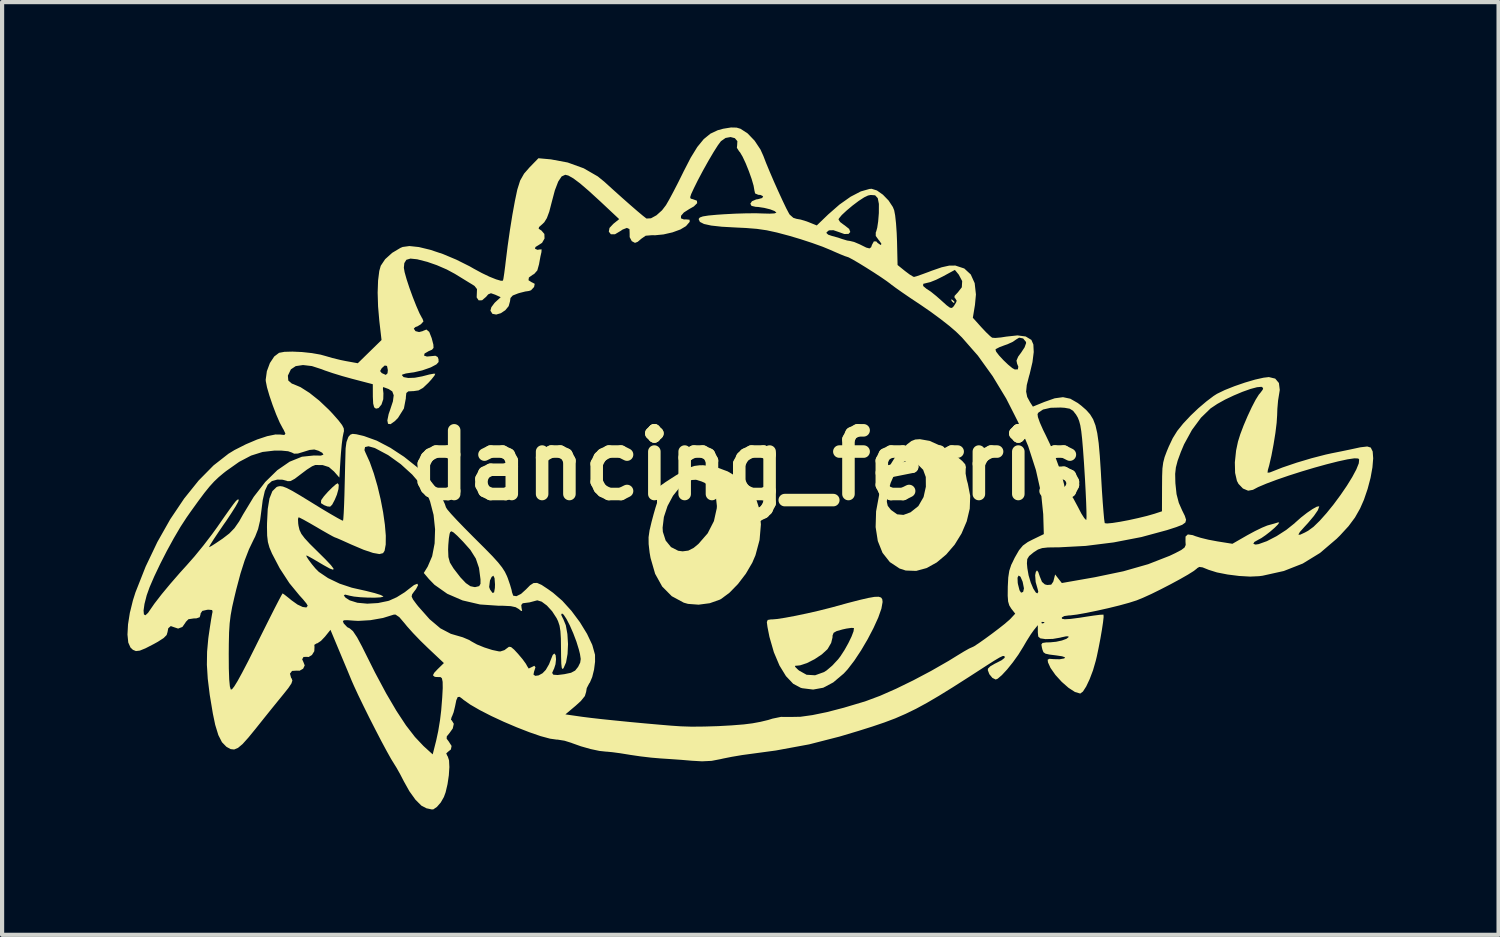
<source format=kicad_pcb>
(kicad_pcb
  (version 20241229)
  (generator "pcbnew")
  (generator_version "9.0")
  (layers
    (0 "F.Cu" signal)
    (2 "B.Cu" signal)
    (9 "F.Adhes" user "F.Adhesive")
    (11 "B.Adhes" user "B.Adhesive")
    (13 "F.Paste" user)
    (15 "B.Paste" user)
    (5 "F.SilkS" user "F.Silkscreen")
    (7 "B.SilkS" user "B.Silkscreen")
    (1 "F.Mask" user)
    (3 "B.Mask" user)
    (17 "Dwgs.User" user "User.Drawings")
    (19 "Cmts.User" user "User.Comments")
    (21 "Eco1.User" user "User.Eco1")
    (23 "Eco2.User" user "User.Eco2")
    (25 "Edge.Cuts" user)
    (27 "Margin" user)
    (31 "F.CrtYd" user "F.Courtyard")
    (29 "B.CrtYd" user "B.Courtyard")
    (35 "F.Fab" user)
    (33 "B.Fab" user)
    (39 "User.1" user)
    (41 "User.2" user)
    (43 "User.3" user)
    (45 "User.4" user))
  (footprint "dancing_ferris"
    (layer "F.Cu")
    (at 14.856 8.081)
    (property "Reference" "dancing_ferris" (at 0 0 0) (layer "F.SilkS") (effects (font (size 1.524 1.524) (thickness 0.3))))
    (attr board_only exclude_from_pos_files exclude_from_bom)
    (fp_poly (pts (xy 4.881 -3.958) (xy 4.932 -3.91) (xy 4.922 -3.882) (xy 4.915 -3.882) (xy 4.875 -3.916) (xy 4.86 -3.937) (xy 4.854 -3.97)) (stroke (width 0) (type solid)) (fill yes) (layer "F.SilkS"))
    (fp_poly (pts (xy -9.8 0.471) (xy -9.808 0.571) (xy -9.845 0.705) (xy -9.896 0.827) (xy -9.958 0.944) (xy -10.007 0.992) (xy -10.073 0.986) (xy -10.15 0.956) (xy -10.226 0.908) (xy -10.222 0.841) (xy -10.213 0.824) (xy -10.155 0.743) (xy -10.062 0.638) (xy -9.959 0.535) (xy -9.871 0.458) (xy -9.825 0.431)) (stroke (width 0) (type solid)) (fill yes) (layer "F.SilkS"))
    (fp_poly (pts (xy 4.337 -0.582) (xy 4.611 -0.459) (xy 4.921 -0.258) (xy 4.981 -0.213) (xy 5.117 -0.102) (xy 5.188 -0.022) (xy 5.206 0.047) (xy 5.2 0.089) (xy 5.198 0.199) (xy 5.226 0.353) (xy 5.251 0.441) (xy 5.308 0.735) (xy 5.297 1.039) (xy 5.225 1.342) (xy 5.101 1.633) (xy 4.935 1.902) (xy 4.734 2.136) (xy 4.508 2.326) (xy 4.265 2.461) (xy 4.015 2.529) (xy 3.765 2.52) (xy 3.618 2.472) (xy 3.385 2.318) (xy 3.21 2.096) (xy 3.097 1.814) (xy 3.045 1.481) (xy 3.056 1.104) (xy 3.098 0.877) (xy 3.313 0.877) (xy 3.335 0.972) (xy 3.404 1.06) (xy 3.418 1.074) (xy 3.56 1.175) (xy 3.711 1.189) (xy 3.88 1.127) (xy 4.067 0.978) (xy 4.192 0.762) (xy 4.247 0.515) (xy 4.245 0.282) (xy 4.182 0.11) (xy 4.05 -0.023) (xy 3.989 -0.062) (xy 3.88 -0.119) (xy 3.807 -0.125) (xy 3.724 -0.083) (xy 3.709 -0.073) (xy 3.603 0.036) (xy 3.497 0.212) (xy 3.404 0.424) (xy 3.34 0.646) (xy 3.325 0.731) (xy 3.313 0.877) (xy 3.098 0.877) (xy 3.132 0.693) (xy 3.267 0.273) (xy 3.382 0.014) (xy 3.511 -0.192) (xy 3.663 -0.367) (xy 3.8 -0.502) (xy 3.901 -0.579) (xy 3.993 -0.615) (xy 4.103 -0.623) (xy 4.104 -0.623)) (stroke (width 0) (type solid)) (fill yes) (layer "F.SilkS"))
    (fp_poly (pts (xy -0.79 0.039) (xy -0.495 0.148) (xy -0.221 0.311) (xy 0.006 0.513) (xy 0.164 0.741) (xy 0.166 0.746) (xy 0.267 1.06) (xy 0.3 1.416) (xy 0.268 1.789) (xy 0.17 2.154) (xy 0.094 2.332) (xy -0.059 2.594) (xy -0.249 2.843) (xy -0.454 3.053) (xy -0.654 3.201) (xy -0.684 3.217) (xy -0.924 3.302) (xy -1.191 3.337) (xy -1.444 3.318) (xy -1.546 3.289) (xy -1.833 3.134) (xy -2.062 2.903) (xy -2.231 2.598) (xy -2.341 2.217) (xy -2.363 2.09) (xy -2.386 1.888) (xy -2.388 1.725) (xy -2.364 1.556) (xy -2.349 1.495) (xy -2.052 1.495) (xy -2.046 1.594) (xy -1.979 1.802) (xy -1.851 1.959) (xy -1.679 2.047) (xy -1.573 2.061) (xy -1.436 2.043) (xy -1.309 1.978) (xy -1.195 1.884) (xy -0.974 1.63) (xy -0.824 1.337) (xy -0.756 1.03) (xy -0.753 0.977) (xy -0.78 0.732) (xy -0.876 0.549) (xy -1.048 0.42) (xy -1.122 0.388) (xy -1.253 0.348) (xy -1.355 0.354) (xy -1.463 0.398) (xy -1.642 0.53) (xy -1.803 0.731) (xy -1.934 0.976) (xy -2.021 1.239) (xy -2.052 1.495) (xy -2.349 1.495) (xy -2.317 1.359) (xy -2.267 1.172) (xy -2.222 1.015) (xy -2.19 0.916) (xy -2.186 0.905) (xy -2.186 0.834) (xy -2.25 0.802) (xy -2.325 0.768) (xy -2.341 0.716) (xy -2.292 0.642) (xy -2.173 0.539) (xy -1.979 0.402) (xy -1.74 0.248) (xy -1.547 0.13) (xy -1.406 0.056) (xy -1.289 0.017) (xy -1.17 0.002) (xy -1.082 0)) (stroke (width 0) (type solid)) (fill yes) (layer "F.SilkS"))
    (fp_poly (pts (xy 3.175 3.166) (xy 3.203 3.205) (xy 3.211 3.263) (xy 3.211 3.276) (xy 3.183 3.432) (xy 3.108 3.645) (xy 2.994 3.896) (xy 2.854 4.164) (xy 2.697 4.431) (xy 2.534 4.677) (xy 2.375 4.884) (xy 2.283 4.984) (xy 2.031 5.197) (xy 1.792 5.324) (xy 1.55 5.368) (xy 1.29 5.336) (xy 1.253 5.326) (xy 1.072 5.229) (xy 0.9 5.047) (xy 0.763 4.823) (xy 1.117 4.823) (xy 1.18 4.885) (xy 1.213 4.914) (xy 1.393 5.014) (xy 1.597 5.026) (xy 1.809 4.95) (xy 1.872 4.91) (xy 2.006 4.796) (xy 2.145 4.647) (xy 2.2 4.576) (xy 2.299 4.424) (xy 2.392 4.258) (xy 2.468 4.101) (xy 2.516 3.975) (xy 2.526 3.902) (xy 2.523 3.896) (xy 2.466 3.892) (xy 2.347 3.909) (xy 2.255 3.929) (xy 2.112 3.969) (xy 2.04 4.01) (xy 2.015 4.073) (xy 2.013 4.123) (xy 1.981 4.252) (xy 1.901 4.39) (xy 1.887 4.408) (xy 1.757 4.527) (xy 1.584 4.642) (xy 1.4 4.735) (xy 1.239 4.788) (xy 1.188 4.794) (xy 1.12 4.799) (xy 1.117 4.823) (xy 0.763 4.823) (xy 0.744 4.792) (xy 0.61 4.475) (xy 0.504 4.107) (xy 0.457 3.87) (xy 0.442 3.753) (xy 0.463 3.702) (xy 0.537 3.69) (xy 0.568 3.69) (xy 0.693 3.679) (xy 0.889 3.648) (xy 1.134 3.602) (xy 1.406 3.545) (xy 1.682 3.482) (xy 1.94 3.417) (xy 2.013 3.398) (xy 2.376 3.298) (xy 2.658 3.225) (xy 2.869 3.176) (xy 3.018 3.15) (xy 3.117 3.147)) (stroke (width 0) (type solid)) (fill yes) (layer "F.SilkS"))
    (fp_poly (pts (xy -0.282 -8.078) (xy -0.188 -8.05) (xy -0.019 -7.94) (xy 0.149 -7.765) (xy 0.29 -7.553) (xy 0.359 -7.4) (xy 0.424 -7.231) (xy 0.512 -7.019) (xy 0.613 -6.784) (xy 0.719 -6.547) (xy 0.82 -6.328) (xy 0.906 -6.148) (xy 0.97 -6.027) (xy 0.988 -5.997) (xy 1.076 -5.919) (xy 1.152 -5.895) (xy 1.253 -5.877) (xy 1.394 -5.834) (xy 1.441 -5.816) (xy 1.637 -5.737) (xy 1.909 -5.999) (xy 2.181 -6.237) (xy 2.446 -6.424) (xy 2.69 -6.551) (xy 2.898 -6.61) (xy 2.949 -6.614) (xy 3.076 -6.574) (xy 3.219 -6.473) (xy 3.355 -6.333) (xy 3.457 -6.178) (xy 3.489 -6.099) (xy 3.512 -5.977) (xy 3.533 -5.787) (xy 3.549 -5.556) (xy 3.557 -5.353) (xy 3.57 -4.79) (xy 3.747 -4.647) (xy 3.859 -4.563) (xy 3.943 -4.512) (xy 3.964 -4.505) (xy 4.024 -4.521) (xy 4.15 -4.565) (xy 4.319 -4.627) (xy 4.386 -4.653) (xy 4.626 -4.736) (xy 4.806 -4.776) (xy 4.951 -4.777) (xy 4.953 -4.777) (xy 5.166 -4.707) (xy 5.321 -4.564) (xy 5.415 -4.356) (xy 5.445 -4.086) (xy 5.422 -3.837) (xy 5.371 -3.528) (xy 5.573 -3.303) (xy 5.688 -3.181) (xy 5.784 -3.089) (xy 5.832 -3.051) (xy 5.908 -3.045) (xy 6.044 -3.057) (xy 6.172 -3.077) (xy 6.439 -3.106) (xy 6.636 -3.08) (xy 6.772 -2.998) (xy 6.819 -2.889) (xy 6.828 -2.708) (xy 6.798 -2.468) (xy 6.731 -2.183) (xy 6.716 -2.133) (xy 6.661 -1.918) (xy 6.646 -1.761) (xy 6.672 -1.633) (xy 6.742 -1.504) (xy 6.742 -1.504) (xy 6.808 -1.402) (xy 7.082 -1.514) (xy 7.33 -1.601) (xy 7.528 -1.628) (xy 7.703 -1.591) (xy 7.882 -1.488) (xy 7.966 -1.424) (xy 8.083 -1.322) (xy 8.176 -1.218) (xy 8.249 -1.099) (xy 8.305 -0.953) (xy 8.348 -0.767) (xy 8.382 -0.527) (xy 8.409 -0.222) (xy 8.434 0.162) (xy 8.442 0.309) (xy 8.46 0.615) (xy 8.479 0.89) (xy 8.497 1.117) (xy 8.512 1.284) (xy 8.525 1.375) (xy 8.529 1.387) (xy 8.583 1.394) (xy 8.711 1.382) (xy 8.89 1.354) (xy 9.101 1.314) (xy 9.324 1.265) (xy 9.538 1.213) (xy 9.723 1.16) (xy 9.752 1.15) (xy 9.896 1.103) (xy 9.898 0.515) (xy 9.9 0.262) (xy 9.907 0.078) (xy 9.926 -0.064) (xy 9.959 -0.193) (xy 10.012 -0.334) (xy 10.058 -0.444) (xy 10.154 -0.647) (xy 10.262 -0.821) (xy 10.402 -0.995) (xy 10.584 -1.189) (xy 10.767 -1.363) (xy 10.959 -1.526) (xy 11.132 -1.657) (xy 11.214 -1.709) (xy 11.4 -1.799) (xy 11.631 -1.891) (xy 11.881 -1.977) (xy 12.122 -2.048) (xy 12.327 -2.094) (xy 12.454 -2.109) (xy 12.606 -2.072) (xy 12.694 -1.967) (xy 12.715 -1.801) (xy 12.699 -1.701) (xy 12.674 -1.547) (xy 12.657 -1.347) (xy 12.652 -1.198) (xy 12.64 -1.014) (xy 12.61 -0.77) (xy 12.566 -0.497) (xy 12.515 -0.227) (xy 12.461 0.007) (xy 12.43 0.115) (xy 12.422 0.179) (xy 12.475 0.174) (xy 12.491 0.168) (xy 12.778 0.055) (xy 13.12 -0.061) (xy 13.479 -0.168) (xy 13.816 -0.255) (xy 13.953 -0.285) (xy 14.183 -0.331) (xy 14.399 -0.376) (xy 14.571 -0.413) (xy 14.64 -0.428) (xy 14.808 -0.448) (xy 14.892 -0.422) (xy 14.938 -0.328) (xy 14.95 -0.164) (xy 14.932 0.052) (xy 14.887 0.302) (xy 14.817 0.567) (xy 14.728 0.828) (xy 14.636 1.037) (xy 14.514 1.252) (xy 14.361 1.458) (xy 14.156 1.681) (xy 14.075 1.761) (xy 13.679 2.099) (xy 13.265 2.353) (xy 12.812 2.531) (xy 12.304 2.644) (xy 12.221 2.655) (xy 12.006 2.665) (xy 11.742 2.65) (xy 11.466 2.615) (xy 11.211 2.565) (xy 11.013 2.503) (xy 11.001 2.498) (xy 10.867 2.444) (xy 10.789 2.434) (xy 10.739 2.463) (xy 10.733 2.471) (xy 10.66 2.529) (xy 10.518 2.618) (xy 10.327 2.727) (xy 10.105 2.847) (xy 9.871 2.968) (xy 9.644 3.08) (xy 9.442 3.172) (xy 9.29 3.234) (xy 9.111 3.291) (xy 8.878 3.355) (xy 8.614 3.42) (xy 8.341 3.481) (xy 8.083 3.534) (xy 7.864 3.573) (xy 7.706 3.593) (xy 7.67 3.594) (xy 7.56 3.609) (xy 7.5 3.642) (xy 7.503 3.674) (xy 7.569 3.686) (xy 7.706 3.678) (xy 7.923 3.65) (xy 8.086 3.624) (xy 8.268 3.597) (xy 8.41 3.579) (xy 8.489 3.575) (xy 8.497 3.577) (xy 8.5 3.632) (xy 8.486 3.76) (xy 8.459 3.939) (xy 8.423 4.148) (xy 8.381 4.366) (xy 8.338 4.572) (xy 8.312 4.68) (xy 8.246 4.908) (xy 8.166 5.119) (xy 8.083 5.295) (xy 8.005 5.416) (xy 7.942 5.463) (xy 7.939 5.463) (xy 7.814 5.426) (xy 7.66 5.326) (xy 7.497 5.183) (xy 7.347 5.018) (xy 7.229 4.85) (xy 7.169 4.718) (xy 7.161 4.654) (xy 7.202 4.632) (xy 7.308 4.64) (xy 7.447 4.643) (xy 7.555 4.624) (xy 7.56 4.622) (xy 7.577 4.596) (xy 7.506 4.572) (xy 7.367 4.551) (xy 7.202 4.53) (xy 7.108 4.509) (xy 7.06 4.474) (xy 7.036 4.413) (xy 7.023 4.361) (xy 7.011 4.289) (xy 7.038 4.253) (xy 7.124 4.24) (xy 7.222 4.238) (xy 7.365 4.224) (xy 7.502 4.194) (xy 7.61 4.154) (xy 7.662 4.114) (xy 7.657 4.095) (xy 7.604 4.094) (xy 7.494 4.117) (xy 7.46 4.126) (xy 7.286 4.156) (xy 7.11 4.161) (xy 7.103 4.16) (xy 6.986 4.143) (xy 6.936 4.1) (xy 6.926 4.003) (xy 6.926 3.986) (xy 6.926 3.827) (xy 6.83 3.946) (xy 6.756 4.05) (xy 6.659 4.204) (xy 6.573 4.351) (xy 6.46 4.533) (xy 6.328 4.717) (xy 6.192 4.886) (xy 6.066 5.022) (xy 5.966 5.108) (xy 5.918 5.128) (xy 5.839 5.089) (xy 5.766 5.001) (xy 5.729 4.904) (xy 5.733 4.867) (xy 5.787 4.813) (xy 5.898 4.748) (xy 5.945 4.725) (xy 6.061 4.665) (xy 6.128 4.612) (xy 6.134 4.597) (xy 6.125 4.565) (xy 6.087 4.565) (xy 6.008 4.602) (xy 5.874 4.682) (xy 5.716 4.783) (xy 5.269 5.072) (xy 4.888 5.315) (xy 4.561 5.517) (xy 4.273 5.686) (xy 4.012 5.828) (xy 3.763 5.949) (xy 3.515 6.057) (xy 3.252 6.156) (xy 2.963 6.254) (xy 2.633 6.358) (xy 2.249 6.473) (xy 2.181 6.493) (xy 1.455 6.679) (xy 0.658 6.826) (xy 0.096 6.902) (xy -0.148 6.935) (xy -0.396 6.977) (xy -0.607 7.019) (xy -0.658 7.031) (xy -0.88 7.074) (xy -1.109 7.085) (xy -1.353 7.071) (xy -1.6 7.05) (xy -1.868 7.031) (xy -2.098 7.016) (xy -2.099 7.016) (xy -2.323 6.997) (xy -2.587 6.966) (xy -2.838 6.929) (xy -2.86 6.925) (xy -3.065 6.892) (xy -3.25 6.867) (xy -3.382 6.854) (xy -3.407 6.853) (xy -3.565 6.836) (xy -3.776 6.791) (xy -4.005 6.726) (xy -4.216 6.651) (xy -4.235 6.643) (xy -4.399 6.592) (xy -4.561 6.566) (xy -4.584 6.566) (xy -4.745 6.543) (xy -4.971 6.482) (xy -5.243 6.388) (xy -5.543 6.271) (xy -5.853 6.139) (xy -6.154 5.999) (xy -6.427 5.859) (xy -6.655 5.727) (xy -6.818 5.612) (xy -6.836 5.596) (xy -6.908 5.542) (xy -6.954 5.547) (xy -6.988 5.623) (xy -7.019 5.775) (xy -7.052 5.911) (xy -7.09 6.009) (xy -7.099 6.022) (xy -7.116 6.088) (xy -7.095 6.109) (xy -7.048 6.187) (xy -7.073 6.299) (xy -7.149 6.406) (xy -7.216 6.488) (xy -7.219 6.544) (xy -7.173 6.605) (xy -7.101 6.717) (xy -7.118 6.802) (xy -7.174 6.846) (xy -7.229 6.895) (xy -7.201 6.959) (xy -7.193 6.967) (xy -7.162 7.062) (xy -7.154 7.222) (xy -7.167 7.421) (xy -7.198 7.631) (xy -7.244 7.827) (xy -7.285 7.939) (xy -7.36 8.07) (xy -7.452 8.176) (xy -7.539 8.235) (xy -7.581 8.236) (xy -7.634 8.223) (xy -7.702 8.209) (xy -7.824 8.145) (xy -7.964 8.005) (xy -8.11 7.802) (xy -8.241 7.568) (xy -8.33 7.396) (xy -8.417 7.241) (xy -8.474 7.149) (xy -8.548 7.029) (xy -8.653 6.841) (xy -8.782 6.601) (xy -8.923 6.329) (xy -9.069 6.043) (xy -9.209 5.76) (xy -9.336 5.498) (xy -9.439 5.275) (xy -9.493 5.152) (xy -9.596 4.903) (xy -9.711 4.629) (xy -9.815 4.38) (xy -9.836 4.33) (xy -9.999 3.939) (xy -10.13 4.102) (xy -10.226 4.203) (xy -10.311 4.26) (xy -10.333 4.265) (xy -10.385 4.298) (xy -10.381 4.349) (xy -10.386 4.45) (xy -10.442 4.541) (xy -10.521 4.589) (xy -10.564 4.585) (xy -10.644 4.588) (xy -10.676 4.644) (xy -10.647 4.708) (xy -10.615 4.79) (xy -10.653 4.869) (xy -10.737 4.917) (xy -10.812 4.915) (xy -10.918 4.922) (xy -10.968 4.987) (xy -10.942 5.084) (xy -10.928 5.102) (xy -10.91 5.151) (xy -10.933 5.222) (xy -11.006 5.331) (xy -11.119 5.473) (xy -11.247 5.63) (xy -11.414 5.836) (xy -11.597 6.064) (xy -11.775 6.287) (xy -11.777 6.29) (xy -11.962 6.516) (xy -12.102 6.672) (xy -12.212 6.764) (xy -12.303 6.802) (xy -12.388 6.793) (xy -12.479 6.743) (xy -12.491 6.735) (xy -12.595 6.628) (xy -12.682 6.457) (xy -12.757 6.212) (xy -12.813 5.943) (xy -12.888 5.492) (xy -12.935 5.11) (xy -12.956 4.774) (xy -12.952 4.515) (xy -12.433 4.515) (xy -12.431 4.864) (xy -12.422 5.124) (xy -12.406 5.293) (xy -12.384 5.368) (xy -12.383 5.368) (xy -12.354 5.36) (xy -12.301 5.293) (xy -12.221 5.163) (xy -12.112 4.964) (xy -11.969 4.69) (xy -11.791 4.335) (xy -11.746 4.244) (xy -11.592 3.936) (xy -11.49 3.732) (xy -9.702 3.732) (xy -9.685 3.777) (xy -9.682 3.785) (xy -9.597 3.875) (xy -9.536 3.906) (xy -9.461 3.97) (xy -9.362 4.118) (xy -9.241 4.344) (xy -9.225 4.377) (xy -8.933 4.961) (xy -8.666 5.46) (xy -8.42 5.879) (xy -8.192 6.225) (xy -7.978 6.502) (xy -7.774 6.718) (xy -7.749 6.741) (xy -7.553 6.919) (xy -7.469 6.586) (xy -7.421 6.363) (xy -7.378 6.102) (xy -7.35 5.871) (xy -7.325 5.56) (xy -7.313 5.334) (xy -7.315 5.184) (xy -7.332 5.099) (xy -7.363 5.07) (xy -7.376 5.07) (xy -7.48 5.067) (xy -7.515 5.057) (xy -7.547 5.025) (xy -7.516 4.966) (xy -7.436 4.881) (xy -7.285 4.734) (xy -7.667 4.374) (xy -7.848 4.198) (xy -8.023 4.016) (xy -8.167 3.855) (xy -8.228 3.78) (xy -8.352 3.635) (xy -8.442 3.574) (xy -8.481 3.574) (xy -8.742 3.655) (xy -9.043 3.708) (xy -9.333 3.725) (xy -9.43 3.72) (xy -9.592 3.708) (xy -9.676 3.71) (xy -9.702 3.732) (xy -11.49 3.732) (xy -11.453 3.658) (xy -11.333 3.421) (xy -11.238 3.237) (xy -11.173 3.115) (xy -11.145 3.067) (xy -11.145 3.067) (xy -11.102 3.095) (xy -11.009 3.168) (xy -10.927 3.235) (xy -10.788 3.334) (xy -10.664 3.392) (xy -10.576 3.404) (xy -10.543 3.363) (xy -10.574 3.309) (xy -10.654 3.211) (xy -10.741 3.115) (xy -10.982 2.822) (xy -11.212 2.469) (xy -11.398 2.114) (xy -11.459 1.97) (xy -11.496 1.838) (xy -11.514 1.686) (xy -11.518 1.482) (xy -11.517 1.39) (xy -11.512 1.288) (xy -10.776 1.288) (xy -10.771 1.394) (xy -10.763 1.45) (xy -10.74 1.548) (xy -10.696 1.642) (xy -10.617 1.747) (xy -10.492 1.883) (xy -10.326 2.047) (xy -10.121 2.25) (xy -9.987 2.392) (xy -9.925 2.475) (xy -9.934 2.501) (xy -10.014 2.473) (xy -10.163 2.391) (xy -10.276 2.324) (xy -10.419 2.24) (xy -10.527 2.18) (xy -10.576 2.157) (xy -10.576 2.157) (xy -10.57 2.189) (xy -10.519 2.268) (xy -10.442 2.371) (xy -10.358 2.472) (xy -10.284 2.546) (xy -10.281 2.55) (xy -10.057 2.701) (xy -9.78 2.834) (xy -9.491 2.93) (xy -9.431 2.944) (xy -9.154 3.006) (xy -8.94 3.06) (xy -8.797 3.105) (xy -8.736 3.137) (xy -8.737 3.146) (xy -8.801 3.162) (xy -8.932 3.169) (xy -9.101 3.168) (xy -9.278 3.159) (xy -9.435 3.143) (xy -9.543 3.122) (xy -9.552 3.119) (xy -9.651 3.095) (xy -9.679 3.118) (xy -9.637 3.171) (xy -9.538 3.234) (xy -9.355 3.291) (xy -9.118 3.313) (xy -8.861 3.298) (xy -8.62 3.248) (xy -8.594 3.24) (xy -8.414 3.159) (xy -8.223 3.04) (xy -8.127 2.965) (xy -7.999 2.867) (xy -7.921 2.836) (xy -7.903 2.87) (xy -7.952 2.964) (xy -7.999 3.025) (xy -8.045 3.089) (xy -8.057 3.142) (xy -8.025 3.211) (xy -7.944 3.321) (xy -7.899 3.378) (xy -7.627 3.685) (xy -7.369 3.903) (xy -7.119 4.034) (xy -7.007 4.067) (xy -6.834 4.117) (xy -6.68 4.182) (xy -6.624 4.217) (xy -6.494 4.289) (xy -6.316 4.361) (xy -6.128 4.421) (xy -5.971 4.454) (xy -5.934 4.456) (xy -5.837 4.425) (xy -5.777 4.38) (xy -5.728 4.344) (xy -5.678 4.351) (xy -5.605 4.412) (xy -5.512 4.512) (xy -5.403 4.641) (xy -5.322 4.753) (xy -5.293 4.807) (xy -5.256 4.865) (xy -5.195 4.836) (xy -5.12 4.799) (xy -5.094 4.836) (xy -5.125 4.932) (xy -5.126 4.932) (xy -5.142 5.009) (xy -5.099 5.04) (xy -5.019 5.029) (xy -4.925 4.978) (xy -4.847 4.897) (xy -4.769 4.762) (xy -4.719 4.634) (xy -4.681 4.54) (xy -4.643 4.505) (xy -4.611 4.545) (xy -4.602 4.643) (xy -4.615 4.763) (xy -4.649 4.869) (xy -4.659 4.887) (xy -4.695 4.97) (xy -4.666 5.013) (xy -4.563 5.02) (xy -4.403 5) (xy -4.243 4.966) (xy -4.145 4.914) (xy -4.076 4.828) (xy -4.069 4.816) (xy -4.024 4.724) (xy -4.011 4.636) (xy -4.029 4.517) (xy -4.056 4.409) (xy -4.114 4.221) (xy -4.189 4.023) (xy -4.271 3.835) (xy -4.351 3.68) (xy -4.419 3.577) (xy -4.46 3.546) (xy -4.479 3.579) (xy -4.434 3.672) (xy -4.431 3.675) (xy -4.368 3.829) (xy -4.33 4.04) (xy -4.315 4.279) (xy -4.326 4.515) (xy -4.362 4.718) (xy -4.422 4.857) (xy -4.448 4.877) (xy -4.465 4.845) (xy -4.476 4.749) (xy -4.481 4.577) (xy -4.483 4.398) (xy -4.486 4.147) (xy -4.497 3.969) (xy -4.518 3.838) (xy -4.554 3.731) (xy -4.588 3.66) (xy -4.695 3.495) (xy -4.82 3.358) (xy -4.945 3.265) (xy -5.049 3.233) (xy -5.075 3.239) (xy -5.235 3.282) (xy -5.399 3.303) (xy -5.434 3.345) (xy -5.427 3.415) (xy -5.413 3.488) (xy -5.44 3.485) (xy -5.493 3.441) (xy -5.569 3.397) (xy -5.686 3.372) (xy -5.866 3.363) (xy -5.968 3.363) (xy -6.421 3.332) (xy -6.838 3.235) (xy -7.205 3.076) (xy -7.51 2.861) (xy -7.644 2.723) (xy -7.766 2.578) (xy -7.673 2.427) (xy -7.566 2.178) (xy -7.535 2.018) (xy -7.184 2.018) (xy -7.177 2.197) (xy -7.141 2.329) (xy -7.06 2.461) (xy -7.052 2.473) (xy -6.889 2.684) (xy -6.759 2.821) (xy -6.651 2.895) (xy -6.553 2.916) (xy -6.529 2.915) (xy -6.525 2.914) (xy -6.202 2.914) (xy -6.181 2.974) (xy -6.122 3.056) (xy -6.084 3.044) (xy -6.065 2.938) (xy -6.062 2.852) (xy -6.073 2.703) (xy -6.101 2.643) (xy -6.143 2.673) (xy -6.183 2.759) (xy -6.202 2.914) (xy -6.525 2.914) (xy -6.441 2.893) (xy -6.409 2.837) (xy -6.409 2.732) (xy -6.445 2.458) (xy -6.521 2.234) (xy -6.651 2.027) (xy -6.824 1.832) (xy -6.964 1.689) (xy -7.053 1.609) (xy -7.105 1.581) (xy -7.133 1.599) (xy -7.148 1.64) (xy -7.166 1.749) (xy -7.18 1.911) (xy -7.184 2.018) (xy -7.535 2.018) (xy -7.507 1.871) (xy -7.496 1.533) (xy -7.532 1.189) (xy -7.616 0.865) (xy -7.666 0.739) (xy -7.82 0.484) (xy -8.044 0.223) (xy -8.317 -0.025) (xy -8.618 -0.241) (xy -8.924 -0.404) (xy -8.947 -0.414) (xy -9.089 -0.453) (xy -9.172 -0.434) (xy -9.186 -0.361) (xy -9.163 -0.305) (xy -9.059 -0.076) (xy -8.962 0.197) (xy -8.874 0.499) (xy -8.799 0.814) (xy -8.739 1.127) (xy -8.697 1.423) (xy -8.675 1.685) (xy -8.677 1.898) (xy -8.704 2.047) (xy -8.741 2.104) (xy -8.827 2.126) (xy -8.98 2.099) (xy -9.204 2.024) (xy -9.503 1.897) (xy -9.576 1.864) (xy -9.729 1.795) (xy -9.844 1.745) (xy -9.898 1.725) (xy -9.898 1.725) (xy -9.945 1.702) (xy -10.055 1.641) (xy -10.211 1.552) (xy -10.323 1.486) (xy -10.499 1.384) (xy -10.644 1.303) (xy -10.738 1.255) (xy -10.762 1.246) (xy -10.776 1.288) (xy -11.512 1.288) (xy -11.5 1.048) (xy -11.458 0.794) (xy -11.389 0.621) (xy -11.29 0.524) (xy -11.259 0.51) (xy -11.205 0.5) (xy -11.137 0.51) (xy -11.044 0.546) (xy -10.911 0.615) (xy -10.727 0.723) (xy -10.477 0.876) (xy -10.427 0.907) (xy -10.196 1.049) (xy -9.994 1.169) (xy -9.834 1.261) (xy -9.732 1.316) (xy -9.698 1.328) (xy -9.691 1.275) (xy -9.682 1.144) (xy -9.673 0.95) (xy -9.665 0.711) (xy -9.661 0.546) (xy -9.654 0.269) (xy -9.648 0.011) (xy -9.642 -0.206) (xy -9.638 -0.36) (xy -9.636 -0.407) (xy -9.616 -0.554) (xy -9.573 -0.671) (xy -9.563 -0.687) (xy -9.521 -0.732) (xy -9.469 -0.75) (xy -9.381 -0.741) (xy -9.23 -0.706) (xy -9.195 -0.697) (xy -8.892 -0.588) (xy -8.566 -0.417) (xy -8.237 -0.201) (xy -7.929 0.044) (xy -7.662 0.302) (xy -7.458 0.557) (xy -7.406 0.642) (xy -7.322 0.799) (xy -7.262 0.929) (xy -7.237 1.004) (xy -7.237 1.006) (xy -7.204 1.058) (xy -7.113 1.165) (xy -6.973 1.316) (xy -6.795 1.5) (xy -6.59 1.707) (xy -6.548 1.749) (xy -6.306 1.99) (xy -6.122 2.178) (xy -5.988 2.326) (xy -5.893 2.446) (xy -5.826 2.55) (xy -5.777 2.651) (xy -5.757 2.701) (xy -5.703 2.858) (xy -5.666 2.983) (xy -5.655 3.04) (xy -5.626 3.122) (xy -5.55 3.134) (xy -5.439 3.079) (xy -5.32 2.971) (xy -5.222 2.872) (xy -5.141 2.82) (xy -5.056 2.816) (xy -4.947 2.864) (xy -4.793 2.966) (xy -4.673 3.052) (xy -4.452 3.243) (xy -4.233 3.485) (xy -4.031 3.756) (xy -3.86 4.035) (xy -3.735 4.299) (xy -3.671 4.528) (xy -3.669 4.538) (xy -3.668 4.701) (xy -3.692 4.89) (xy -3.736 5.068) (xy -3.791 5.198) (xy -3.81 5.224) (xy -3.867 5.334) (xy -3.882 5.424) (xy -3.912 5.523) (xy -4.008 5.642) (xy -4.13 5.753) (xy -4.378 5.962) (xy -3.974 6.02) (xy -3.776 6.045) (xy -3.505 6.076) (xy -3.183 6.109) (xy -2.834 6.144) (xy -2.48 6.177) (xy -2.142 6.207) (xy -1.845 6.232) (xy -1.61 6.248) (xy -1.605 6.248) (xy -1.359 6.256) (xy -1.055 6.253) (xy -0.725 6.243) (xy -0.4 6.225) (xy -0.111 6.202) (xy 0.096 6.176) (xy 0.29 6.14) (xy 0.473 6.096) (xy 0.579 6.063) (xy 0.779 6.022) (xy 1.034 6.023) (xy 1.034 6.023) (xy 1.246 6.019) (xy 1.532 5.979) (xy 1.882 5.907) (xy 2.282 5.803) (xy 2.719 5.673) (xy 2.828 5.638) (xy 3.152 5.517) (xy 3.531 5.35) (xy 3.945 5.148) (xy 4.372 4.922) (xy 4.789 4.683) (xy 5.013 4.545) (xy 5.161 4.455) (xy 5.278 4.389) (xy 5.339 4.361) (xy 5.341 4.361) (xy 5.398 4.334) (xy 5.511 4.26) (xy 5.66 4.155) (xy 5.827 4.033) (xy 5.993 3.907) (xy 6.138 3.793) (xy 6.182 3.754) (xy 7.013 3.754) (xy 7.02 3.783) (xy 7.045 3.786) (xy 7.084 3.769) (xy 7.077 3.754) (xy 7.02 3.748) (xy 7.013 3.754) (xy 6.182 3.754) (xy 6.243 3.702) (xy 6.272 3.674) (xy 6.385 3.552) (xy 6.29 3.431) (xy 6.243 3.355) (xy 6.215 3.261) (xy 6.205 3.123) (xy 6.207 2.917) (xy 6.207 2.907) (xy 6.218 2.692) (xy 6.44 2.692) (xy 6.445 2.815) (xy 6.452 2.852) (xy 6.488 2.993) (xy 6.525 3.05) (xy 6.571 3.033) (xy 6.575 3.029) (xy 6.594 2.947) (xy 6.564 2.795) (xy 6.561 2.784) (xy 6.511 2.668) (xy 6.466 2.64) (xy 6.44 2.692) (xy 6.218 2.692) (xy 6.218 2.688) (xy 6.243 2.526) (xy 6.29 2.383) (xy 6.308 2.348) (xy 6.665 2.348) (xy 6.675 2.464) (xy 6.705 2.636) (xy 6.756 2.807) (xy 6.817 2.952) (xy 6.878 3.046) (xy 6.915 3.067) (xy 6.937 3.031) (xy 6.927 2.983) (xy 6.874 2.795) (xy 6.862 2.631) (xy 6.878 2.553) (xy 6.906 2.517) (xy 6.936 2.555) (xy 6.972 2.66) (xy 7.025 2.791) (xy 7.094 2.852) (xy 7.151 2.866) (xy 7.246 2.858) (xy 7.295 2.787) (xy 7.306 2.747) (xy 7.34 2.614) (xy 7.42 2.717) (xy 7.5 2.819) (xy 8.291 2.68) (xy 8.972 2.538) (xy 9.567 2.368) (xy 10.079 2.168) (xy 10.212 2.105) (xy 10.359 2.028) (xy 10.437 1.969) (xy 10.464 1.908) (xy 10.459 1.83) (xy 10.46 1.707) (xy 10.515 1.656) (xy 10.632 1.673) (xy 10.694 1.697) (xy 10.822 1.737) (xy 11.006 1.782) (xy 11.208 1.82) (xy 11.218 1.822) (xy 11.582 1.88) (xy 11.937 1.676) (xy 12.12 1.577) (xy 12.289 1.495) (xy 12.415 1.443) (xy 12.436 1.437) (xy 12.574 1.399) (xy 12.676 1.368) (xy 12.702 1.373) (xy 12.668 1.421) (xy 12.592 1.497) (xy 12.489 1.586) (xy 12.377 1.673) (xy 12.274 1.744) (xy 12.21 1.778) (xy 12.107 1.836) (xy 12.082 1.881) (xy 12.136 1.899) (xy 12.209 1.888) (xy 12.407 1.817) (xy 12.639 1.697) (xy 12.87 1.548) (xy 13.068 1.39) (xy 13.084 1.374) (xy 13.223 1.251) (xy 13.368 1.138) (xy 13.5 1.048) (xy 13.602 0.992) (xy 13.655 0.983) (xy 13.658 0.992) (xy 13.625 1.079) (xy 13.531 1.215) (xy 13.389 1.384) (xy 13.306 1.474) (xy 13.196 1.597) (xy 13.16 1.66) (xy 13.2 1.664) (xy 13.315 1.611) (xy 13.394 1.568) (xy 13.522 1.474) (xy 13.672 1.328) (xy 13.836 1.144) (xy 14.005 0.935) (xy 14.169 0.713) (xy 14.32 0.492) (xy 14.449 0.283) (xy 14.547 0.1) (xy 14.605 -0.044) (xy 14.614 -0.136) (xy 14.592 -0.161) (xy 14.5 -0.165) (xy 14.333 -0.14) (xy 14.108 -0.091) (xy 13.839 -0.023) (xy 13.543 0.059) (xy 13.235 0.151) (xy 12.931 0.248) (xy 12.646 0.346) (xy 12.395 0.44) (xy 12.196 0.524) (xy 12.073 0.589) (xy 11.958 0.61) (xy 11.834 0.558) (xy 11.727 0.446) (xy 11.69 0.376) (xy 11.646 0.184) (xy 11.64 -0.068) (xy 11.67 -0.353) (xy 11.715 -0.565) (xy 11.77 -0.741) (xy 11.85 -0.952) (xy 11.945 -1.175) (xy 12.044 -1.387) (xy 12.137 -1.566) (xy 12.214 -1.689) (xy 12.247 -1.727) (xy 12.307 -1.807) (xy 12.317 -1.848) (xy 12.277 -1.876) (xy 12.17 -1.866) (xy 12.013 -1.824) (xy 11.822 -1.756) (xy 11.615 -1.669) (xy 11.408 -1.571) (xy 11.219 -1.466) (xy 11.065 -1.363) (xy 11.06 -1.36) (xy 10.83 -1.137) (xy 10.613 -0.843) (xy 10.425 -0.5) (xy 10.347 -0.315) (xy 10.271 -0.107) (xy 10.229 0.053) (xy 10.212 0.207) (xy 10.216 0.393) (xy 10.218 0.438) (xy 10.245 0.693) (xy 10.299 0.9) (xy 10.377 1.077) (xy 10.443 1.211) (xy 10.473 1.305) (xy 10.456 1.371) (xy 10.381 1.426) (xy 10.236 1.482) (xy 10.016 1.553) (xy 9.404 1.719) (xy 8.741 1.847) (xy 8.07 1.931) (xy 7.429 1.965) (xy 7.368 1.965) (xy 7.166 1.968) (xy 7.03 1.983) (xy 6.93 2.017) (xy 6.837 2.076) (xy 6.816 2.092) (xy 6.718 2.173) (xy 6.673 2.246) (xy 6.665 2.348) (xy 6.308 2.348) (xy 6.37 2.219) (xy 6.378 2.204) (xy 6.476 2.034) (xy 6.569 1.922) (xy 6.686 1.838) (xy 6.803 1.778) (xy 7.069 1.649) (xy 7.055 1.172) (xy 7.003 0.663) (xy 6.88 0.116) (xy 6.696 -0.454) (xy 6.456 -1.029) (xy 6.358 -1.223) (xy 6.919 -1.223) (xy 6.928 -1.152) (xy 6.975 -1.019) (xy 7.052 -0.845) (xy 7.115 -0.718) (xy 7.225 -0.487) (xy 7.332 -0.231) (xy 7.428 0.029) (xy 7.505 0.269) (xy 7.556 0.466) (xy 7.572 0.589) (xy 7.597 0.656) (xy 7.638 0.656) (xy 7.694 0.68) (xy 7.773 0.79) (xy 7.879 0.987) (xy 7.885 0.998) (xy 7.967 1.156) (xy 8.036 1.264) (xy 8.079 1.309) (xy 8.087 1.304) (xy 8.091 1.238) (xy 8.089 1.093) (xy 8.082 0.885) (xy 8.07 0.629) (xy 8.055 0.345) (xy 8.03 -0.059) (xy 8.007 -0.379) (xy 7.986 -0.627) (xy 7.965 -0.816) (xy 7.942 -0.956) (xy 7.914 -1.06) (xy 7.882 -1.14) (xy 7.842 -1.208) (xy 7.839 -1.213) (xy 7.768 -1.303) (xy 7.689 -1.352) (xy 7.566 -1.374) (xy 7.471 -1.38) (xy 7.233 -1.374) (xy 7.05 -1.332) (xy 6.939 -1.258) (xy 6.919 -1.223) (xy 6.358 -1.223) (xy 6.17 -1.593) (xy 5.845 -2.13) (xy 5.49 -2.624) (xy 5.363 -2.768) (xy 5.912 -2.768) (xy 5.929 -2.716) (xy 6 -2.624) (xy 6.102 -2.514) (xy 6.214 -2.407) (xy 6.315 -2.324) (xy 6.374 -2.291) (xy 6.448 -2.293) (xy 6.459 -2.357) (xy 6.43 -2.429) (xy 6.415 -2.502) (xy 6.455 -2.597) (xy 6.527 -2.695) (xy 6.609 -2.82) (xy 6.645 -2.92) (xy 6.643 -2.949) (xy 6.574 -3.033) (xy 6.479 -3.052) (xy 6.408 -3.009) (xy 6.328 -2.953) (xy 6.197 -2.893) (xy 6.144 -2.875) (xy 6.014 -2.827) (xy 5.927 -2.782) (xy 5.912 -2.768) (xy 5.363 -2.768) (xy 5.111 -3.056) (xy 4.966 -3.198) (xy 4.81 -3.332) (xy 4.599 -3.497) (xy 4.36 -3.673) (xy 4.119 -3.839) (xy 4.095 -3.855) (xy 3.878 -3.999) (xy 3.681 -4.134) (xy 3.522 -4.246) (xy 3.466 -4.288) (xy 4.182 -4.288) (xy 4.261 -4.221) (xy 4.277 -4.212) (xy 4.368 -4.151) (xy 4.498 -4.046) (xy 4.619 -3.939) (xy 4.746 -3.825) (xy 4.823 -3.769) (xy 4.871 -3.763) (xy 4.91 -3.799) (xy 4.919 -3.811) (xy 4.971 -3.896) (xy 4.984 -3.936) (xy 4.95 -3.992) (xy 4.935 -4.003) (xy 4.932 -4.049) (xy 5 -4.123) (xy 5.007 -4.129) (xy 5.107 -4.257) (xy 5.116 -4.405) (xy 5.034 -4.56) (xy 4.941 -4.673) (xy 4.654 -4.517) (xy 4.493 -4.437) (xy 4.353 -4.381) (xy 4.269 -4.361) (xy 4.184 -4.34) (xy 4.182 -4.288) (xy 3.466 -4.288) (xy 3.419 -4.322) (xy 3.403 -4.336) (xy 3.313 -4.403) (xy 3.174 -4.499) (xy 3.003 -4.611) (xy 2.82 -4.727) (xy 2.646 -4.834) (xy 2.499 -4.92) (xy 2.399 -4.973) (xy 2.368 -4.984) (xy 2.309 -5.003) (xy 2.186 -5.053) (xy 2.023 -5.124) (xy 1.967 -5.149) (xy 1.776 -5.228) (xy 1.525 -5.318) (xy 1.247 -5.409) (xy 0.982 -5.488) (xy 0.73 -5.555) (xy 1.869 -5.555) (xy 1.91 -5.516) (xy 2.001 -5.485) (xy 2.145 -5.446) (xy 2.243 -5.412) (xy 2.363 -5.376) (xy 2.434 -5.365) (xy 2.529 -5.342) (xy 2.657 -5.288) (xy 2.684 -5.275) (xy 2.821 -5.207) (xy 2.898 -5.187) (xy 2.938 -5.216) (xy 2.957 -5.272) (xy 3.003 -5.356) (xy 3.062 -5.354) (xy 3.091 -5.32) (xy 3.159 -5.273) (xy 3.174 -5.272) (xy 3.182 -5.301) (xy 3.132 -5.373) (xy 3.119 -5.387) (xy 3.048 -5.486) (xy 3.048 -5.569) (xy 3.058 -5.591) (xy 3.083 -5.681) (xy 3.106 -5.835) (xy 3.121 -6.02) (xy 3.122 -6.032) (xy 3.123 -6.252) (xy 3.096 -6.39) (xy 3.033 -6.458) (xy 2.928 -6.466) (xy 2.863 -6.453) (xy 2.771 -6.409) (xy 2.64 -6.324) (xy 2.493 -6.213) (xy 2.351 -6.094) (xy 2.235 -5.986) (xy 2.167 -5.904) (xy 2.157 -5.879) (xy 2.195 -5.819) (xy 2.288 -5.749) (xy 2.301 -5.741) (xy 2.411 -5.654) (xy 2.439 -5.58) (xy 2.396 -5.534) (xy 2.295 -5.532) (xy 2.164 -5.579) (xy 2.035 -5.623) (xy 1.928 -5.62) (xy 1.872 -5.574) (xy 1.869 -5.555) (xy 0.73 -5.555) (xy 0.685 -5.567) (xy 0.439 -5.621) (xy 0.204 -5.655) (xy -0.058 -5.676) (xy -0.288 -5.687) (xy -0.633 -5.706) (xy -0.889 -5.734) (xy -1.062 -5.772) (xy -1.16 -5.822) (xy -1.188 -5.884) (xy -1.187 -5.895) (xy -1.161 -5.927) (xy -1.089 -5.953) (xy -0.957 -5.974) (xy -0.752 -5.993) (xy -0.575 -6.005) (xy -0.307 -6.019) (xy -0.038 -6.027) (xy 0.197 -6.028) (xy 0.347 -6.023) (xy 0.509 -6.019) (xy 0.625 -6.025) (xy 0.671 -6.042) (xy 0.671 -6.043) (xy 0.628 -6.081) (xy 0.522 -6.122) (xy 0.381 -6.157) (xy 0.236 -6.179) (xy 0.176 -6.182) (xy 0.075 -6.205) (xy 0.047 -6.257) (xy 0.086 -6.316) (xy 0.186 -6.359) (xy 0.229 -6.365) (xy 0.331 -6.393) (xy 0.353 -6.435) (xy 0.292 -6.466) (xy 0.237 -6.47) (xy 0.161 -6.503) (xy 0.144 -6.578) (xy 0.125 -6.688) (xy 0.078 -6.85) (xy 0.011 -7.038) (xy -0.064 -7.224) (xy -0.138 -7.382) (xy -0.2 -7.487) (xy -0.221 -7.51) (xy -0.275 -7.595) (xy -0.269 -7.648) (xy -0.263 -7.754) (xy -0.324 -7.825) (xy -0.426 -7.852) (xy -0.546 -7.83) (xy -0.657 -7.752) (xy -0.731 -7.652) (xy -0.835 -7.488) (xy -0.958 -7.279) (xy -1.087 -7.048) (xy -1.211 -6.814) (xy -1.303 -6.628) (xy -1.368 -6.488) (xy -1.393 -6.412) (xy -1.379 -6.378) (xy -1.33 -6.365) (xy -1.326 -6.364) (xy -1.231 -6.329) (xy -1.225 -6.27) (xy -1.304 -6.192) (xy -1.413 -6.13) (xy -1.543 -6.047) (xy -1.611 -5.968) (xy -1.613 -5.907) (xy -1.542 -5.88) (xy -1.496 -5.882) (xy -1.407 -5.874) (xy -1.404 -5.823) (xy -1.486 -5.728) (xy -1.498 -5.717) (xy -1.627 -5.64) (xy -1.816 -5.571) (xy -2.03 -5.522) (xy -2.232 -5.502) (xy -2.302 -5.504) (xy -2.457 -5.491) (xy -2.561 -5.419) (xy -2.648 -5.345) (xy -2.713 -5.32) (xy -2.79 -5.361) (xy -2.84 -5.457) (xy -2.841 -5.561) (xy -2.845 -5.65) (xy -2.907 -5.678) (xy -3.01 -5.638) (xy -3.05 -5.61) (xy -3.191 -5.526) (xy -3.29 -5.526) (xy -3.339 -5.588) (xy -3.323 -5.677) (xy -3.23 -5.776) (xy -3.091 -5.888) (xy -3.542 -6.311) (xy -3.813 -6.559) (xy -4.026 -6.742) (xy -4.189 -6.864) (xy -4.308 -6.931) (xy -4.381 -6.949) (xy -4.468 -6.909) (xy -4.55 -6.786) (xy -4.63 -6.577) (xy -4.705 -6.294) (xy -4.764 -6.066) (xy -4.821 -5.913) (xy -4.883 -5.813) (xy -4.927 -5.77) (xy -5.008 -5.699) (xy -5.018 -5.659) (xy -4.963 -5.622) (xy -4.952 -5.616) (xy -4.881 -5.533) (xy -4.877 -5.424) (xy -4.936 -5.321) (xy -5.017 -5.268) (xy -5.094 -5.221) (xy -5.105 -5.178) (xy -5.043 -5.153) (xy -5.001 -5.161) (xy -4.947 -5.164) (xy -4.951 -5.099) (xy -4.975 -4.994) (xy -5.002 -4.847) (xy -5.008 -4.811) (xy -5.05 -4.66) (xy -5.126 -4.575) (xy -5.155 -4.56) (xy -5.251 -4.492) (xy -5.261 -4.426) (xy -5.184 -4.377) (xy -5.177 -4.375) (xy -5.112 -4.34) (xy -5.126 -4.269) (xy -5.131 -4.26) (xy -5.2 -4.186) (xy -5.25 -4.169) (xy -5.339 -4.156) (xy -5.473 -4.122) (xy -5.512 -4.11) (xy -5.637 -4.061) (xy -5.692 -4.001) (xy -5.703 -3.922) (xy -5.735 -3.806) (xy -5.816 -3.708) (xy -5.923 -3.637) (xy -6.033 -3.605) (xy -6.124 -3.622) (xy -6.172 -3.698) (xy -6.15 -3.78) (xy -6.075 -3.881) (xy -6.057 -3.899) (xy -5.926 -4.02) (xy -6.058 -4.08) (xy -6.159 -4.115) (xy -6.225 -4.088) (xy -6.276 -4.028) (xy -6.372 -3.946) (xy -6.454 -3.945) (xy -6.501 -4.015) (xy -6.497 -4.109) (xy -6.493 -4.214) (xy -6.551 -4.288) (xy -6.601 -4.321) (xy -6.71 -4.387) (xy -6.866 -4.483) (xy -7.021 -4.578) (xy -7.216 -4.683) (xy -7.454 -4.786) (xy -7.684 -4.866) (xy -7.689 -4.867) (xy -7.924 -4.927) (xy -8.085 -4.944) (xy -8.183 -4.915) (xy -8.232 -4.836) (xy -8.243 -4.724) (xy -8.225 -4.619) (xy -8.178 -4.451) (xy -8.11 -4.244) (xy -8.03 -4.024) (xy -7.947 -3.814) (xy -7.871 -3.639) (xy -7.81 -3.524) (xy -7.797 -3.505) (xy -7.774 -3.44) (xy -7.835 -3.373) (xy -7.921 -3.321) (xy -7.965 -3.307) (xy -8.003 -3.271) (xy -8.003 -3.264) (xy -7.965 -3.208) (xy -7.879 -3.186) (xy -7.793 -3.208) (xy -7.784 -3.214) (xy -7.703 -3.246) (xy -7.636 -3.19) (xy -7.578 -3.043) (xy -7.574 -3.029) (xy -7.537 -2.886) (xy -7.533 -2.807) (xy -7.569 -2.764) (xy -7.644 -2.732) (xy -7.747 -2.673) (xy -7.76 -2.623) (xy -7.691 -2.6) (xy -7.602 -2.608) (xy -7.488 -2.619) (xy -7.434 -2.589) (xy -7.414 -2.537) (xy -7.412 -2.469) (xy -7.463 -2.413) (xy -7.583 -2.349) (xy -7.611 -2.336) (xy -7.799 -2.27) (xy -8.001 -2.223) (xy -8.063 -2.215) (xy -8.196 -2.195) (xy -8.278 -2.169) (xy -8.291 -2.156) (xy -8.249 -2.108) (xy -8.138 -2.087) (xy -7.981 -2.093) (xy -7.804 -2.126) (xy -7.778 -2.133) (xy -7.632 -2.171) (xy -7.527 -2.19) (xy -7.492 -2.188) (xy -7.51 -2.145) (xy -7.58 -2.056) (xy -7.658 -1.97) (xy -7.785 -1.85) (xy -7.891 -1.79) (xy -8.01 -1.773) (xy -8.02 -1.773) (xy -8.136 -1.767) (xy -8.184 -1.728) (xy -8.195 -1.63) (xy -8.195 -1.603) (xy -8.242 -1.357) (xy -8.382 -1.133) (xy -8.457 -1.056) (xy -8.561 -0.982) (xy -8.622 -0.99) (xy -8.638 -1.072) (xy -8.607 -1.224) (xy -8.575 -1.315) (xy -8.505 -1.527) (xy -8.486 -1.673) (xy -8.52 -1.766) (xy -8.606 -1.822) (xy -8.7 -1.857) (xy -8.741 -1.869) (xy -8.744 -1.828) (xy -8.733 -1.728) (xy -8.732 -1.721) (xy -8.736 -1.579) (xy -8.778 -1.452) (xy -8.847 -1.368) (xy -8.91 -1.353) (xy -8.954 -1.385) (xy -8.977 -1.475) (xy -8.985 -1.641) (xy -8.985 -1.652) (xy -8.986 -1.938) (xy -9.483 -2.068) (xy -9.718 -2.133) (xy -9.946 -2.203) (xy -10.093 -2.253) (xy -8.811 -2.253) (xy -8.772 -2.205) (xy -8.767 -2.202) (xy -8.675 -2.161) (xy -8.634 -2.199) (xy -8.626 -2.276) (xy -8.646 -2.375) (xy -8.7 -2.386) (xy -8.773 -2.321) (xy -8.811 -2.253) (xy -10.093 -2.253) (xy -10.132 -2.266) (xy -10.211 -2.297) (xy -10.443 -2.372) (xy -10.656 -2.397) (xy -10.83 -2.371) (xy -10.944 -2.295) (xy -10.948 -2.29) (xy -11.018 -2.143) (xy -11.008 -2.026) (xy -10.922 -1.952) (xy -10.894 -1.943) (xy -10.716 -1.868) (xy -10.501 -1.731) (xy -10.267 -1.545) (xy -10.036 -1.326) (xy -9.95 -1.235) (xy -9.807 -1.073) (xy -9.721 -0.961) (xy -9.681 -0.882) (xy -9.676 -0.816) (xy -9.687 -0.772) (xy -9.707 -0.671) (xy -9.729 -0.502) (xy -9.748 -0.293) (xy -9.757 -0.175) (xy -9.786 0.296) (xy -9.913 0.151) (xy -10.037 0.044) (xy -10.186 -0.003) (xy -10.362 -0.005) (xy -10.439 0.026) (xy -10.561 0.104) (xy -10.702 0.21) (xy -10.852 0.324) (xy -10.953 0.379) (xy -11.023 0.382) (xy -11.04 0.375) (xy -11.144 0.347) (xy -11.271 0.344) (xy -11.401 0.38) (xy -11.499 0.466) (xy -11.569 0.614) (xy -11.62 0.835) (xy -11.648 1.056) (xy -11.683 1.323) (xy -11.731 1.529) (xy -11.8 1.706) (xy -11.834 1.773) (xy -11.949 2.012) (xy -12.052 2.278) (xy -12.152 2.592) (xy -12.253 2.972) (xy -12.299 3.163) (xy -12.351 3.391) (xy -12.387 3.589) (xy -12.411 3.783) (xy -12.425 4.001) (xy -12.431 4.269) (xy -12.433 4.515) (xy -12.952 4.515) (xy -12.951 4.462) (xy -12.923 4.151) (xy -12.915 4.091) (xy -12.883 3.873) (xy -12.854 3.688) (xy -12.831 3.557) (xy -12.82 3.507) (xy -12.831 3.465) (xy -12.92 3.457) (xy -12.952 3.46) (xy -13.065 3.486) (xy -13.106 3.546) (xy -13.108 3.57) (xy -13.128 3.637) (xy -13.204 3.664) (xy -13.27 3.666) (xy -13.397 3.685) (xy -13.462 3.751) (xy -13.469 3.767) (xy -13.542 3.87) (xy -13.644 3.909) (xy -13.734 3.879) (xy -13.82 3.849) (xy -13.88 3.901) (xy -13.898 3.994) (xy -13.919 4.063) (xy -13.99 4.135) (xy -14.128 4.224) (xy -14.227 4.279) (xy -14.425 4.381) (xy -14.56 4.436) (xy -14.654 4.447) (xy -14.726 4.417) (xy -14.784 4.362) (xy -14.837 4.243) (xy -14.856 4.052) (xy -14.843 3.809) (xy -14.799 3.53) (xy -14.785 3.476) (xy -14.471 3.476) (xy -14.463 3.569) (xy -14.427 3.591) (xy -14.364 3.533) (xy -14.334 3.489) (xy -14.213 3.314) (xy -14.04 3.09) (xy -13.83 2.837) (xy -13.599 2.571) (xy -13.443 2.399) (xy -13.251 2.181) (xy -13.038 1.92) (xy -12.834 1.654) (xy -12.711 1.484) (xy -12.538 1.235) (xy -12.411 1.055) (xy -12.322 0.933) (xy -12.264 0.86) (xy -12.228 0.826) (xy -12.205 0.819) (xy -12.192 0.828) (xy -12.207 0.876) (xy -12.269 0.987) (xy -12.369 1.145) (xy -12.497 1.338) (xy -12.549 1.411) (xy -12.684 1.609) (xy -12.795 1.775) (xy -12.87 1.895) (xy -12.903 1.956) (xy -12.902 1.961) (xy -12.848 1.934) (xy -12.74 1.865) (xy -12.598 1.769) (xy -12.58 1.757) (xy -12.419 1.633) (xy -12.296 1.506) (xy -12.184 1.345) (xy -12.092 1.181) (xy -11.835 0.757) (xy -11.559 0.401) (xy -11.271 0.119) (xy -10.976 -0.084) (xy -10.682 -0.203) (xy -10.394 -0.233) (xy -10.376 -0.232) (xy -10.228 -0.23) (xy -10.167 -0.253) (xy -10.196 -0.298) (xy -10.285 -0.346) (xy -10.385 -0.376) (xy -10.499 -0.365) (xy -10.63 -0.324) (xy -10.778 -0.279) (xy -10.869 -0.276) (xy -10.92 -0.302) (xy -11.011 -0.334) (xy -11.178 -0.35) (xy -11.338 -0.35) (xy -11.624 -0.317) (xy -11.899 -0.23) (xy -12.184 -0.08) (xy -12.497 0.141) (xy -12.558 0.189) (xy -12.676 0.288) (xy -12.784 0.391) (xy -12.893 0.511) (xy -13.016 0.663) (xy -13.163 0.86) (xy -13.348 1.117) (xy -13.443 1.253) (xy -13.587 1.474) (xy -13.748 1.748) (xy -13.914 2.051) (xy -14.073 2.362) (xy -14.214 2.658) (xy -14.326 2.917) (xy -14.396 3.112) (xy -14.449 3.32) (xy -14.471 3.476) (xy -14.785 3.476) (xy -14.726 3.235) (xy -14.665 3.043) (xy -14.421 2.425) (xy -14.141 1.838) (xy -13.832 1.292) (xy -13.5 0.798) (xy -13.153 0.366) (xy -12.797 0.005) (xy -12.439 -0.275) (xy -12.293 -0.364) (xy -12.02 -0.502) (xy -11.754 -0.615) (xy -11.513 -0.695) (xy -11.317 -0.735) (xy -11.204 -0.734) (xy -11.103 -0.723) (xy -11.077 -0.756) (xy -11.119 -0.847) (xy -11.137 -0.876) (xy -11.213 -1.019) (xy -11.298 -1.215) (xy -11.383 -1.439) (xy -11.459 -1.663) (xy -11.517 -1.861) (xy -11.546 -2.008) (xy -11.549 -2.043) (xy -11.521 -2.249) (xy -11.448 -2.445) (xy -11.344 -2.602) (xy -11.229 -2.689) (xy -11.1 -2.713) (xy -10.908 -2.718) (xy -10.68 -2.708) (xy -10.447 -2.683) (xy -10.237 -2.646) (xy -10.111 -2.611) (xy -9.953 -2.565) (xy -9.756 -2.517) (xy -9.633 -2.492) (xy -9.345 -2.44) (xy -8.777 -2.995) (xy -8.83 -3.451) (xy -8.86 -3.8) (xy -8.87 -4.129) (xy -8.86 -4.418) (xy -8.831 -4.648) (xy -8.796 -4.772) (xy -8.691 -4.929) (xy -8.523 -5.081) (xy -8.324 -5.2) (xy -8.271 -5.222) (xy -8.11 -5.244) (xy -7.884 -5.22) (xy -7.611 -5.154) (xy -7.306 -5.052) (xy -6.987 -4.918) (xy -6.669 -4.759) (xy -6.566 -4.7) (xy -6.379 -4.599) (xy -6.196 -4.511) (xy -6.036 -4.447) (xy -5.92 -4.413) (xy -5.872 -4.416) (xy -5.86 -4.468) (xy -5.841 -4.593) (xy -5.818 -4.769) (xy -5.807 -4.864) (xy -5.76 -5.242) (xy -5.705 -5.626) (xy -5.646 -5.993) (xy -5.587 -6.317) (xy -5.533 -6.574) (xy -5.526 -6.603) (xy -5.46 -6.812) (xy -5.367 -6.976) (xy -5.237 -7.125) (xy -5.023 -7.345) (xy -4.726 -7.318) (xy -4.323 -7.243) (xy -3.939 -7.104) (xy -3.603 -6.91) (xy -3.449 -6.785) (xy -3.234 -6.59) (xy -3.021 -6.399) (xy -2.823 -6.224) (xy -2.653 -6.077) (xy -2.523 -5.968) (xy -2.447 -5.909) (xy -2.435 -5.902) (xy -2.33 -5.908) (xy -2.2 -5.979) (xy -2.066 -6.099) (xy -1.971 -6.223) (xy -1.896 -6.353) (xy -1.793 -6.545) (xy -1.676 -6.772) (xy -1.558 -7.01) (xy -1.554 -7.019) (xy -1.38 -7.357) (xy -1.222 -7.614) (xy -1.068 -7.802) (xy -0.909 -7.932) (xy -0.733 -8.015) (xy -0.601 -8.051) (xy -0.415 -8.081)) (stroke (width 0) (type solid)) (fill yes) (layer "F.SilkS")))
  (gr_rect
    (start -3 -3)
    (end 32.806 19.318)
    (stroke (width 0.1) (type default))
    (fill no)
    (layer "Edge.Cuts")))
</source>
